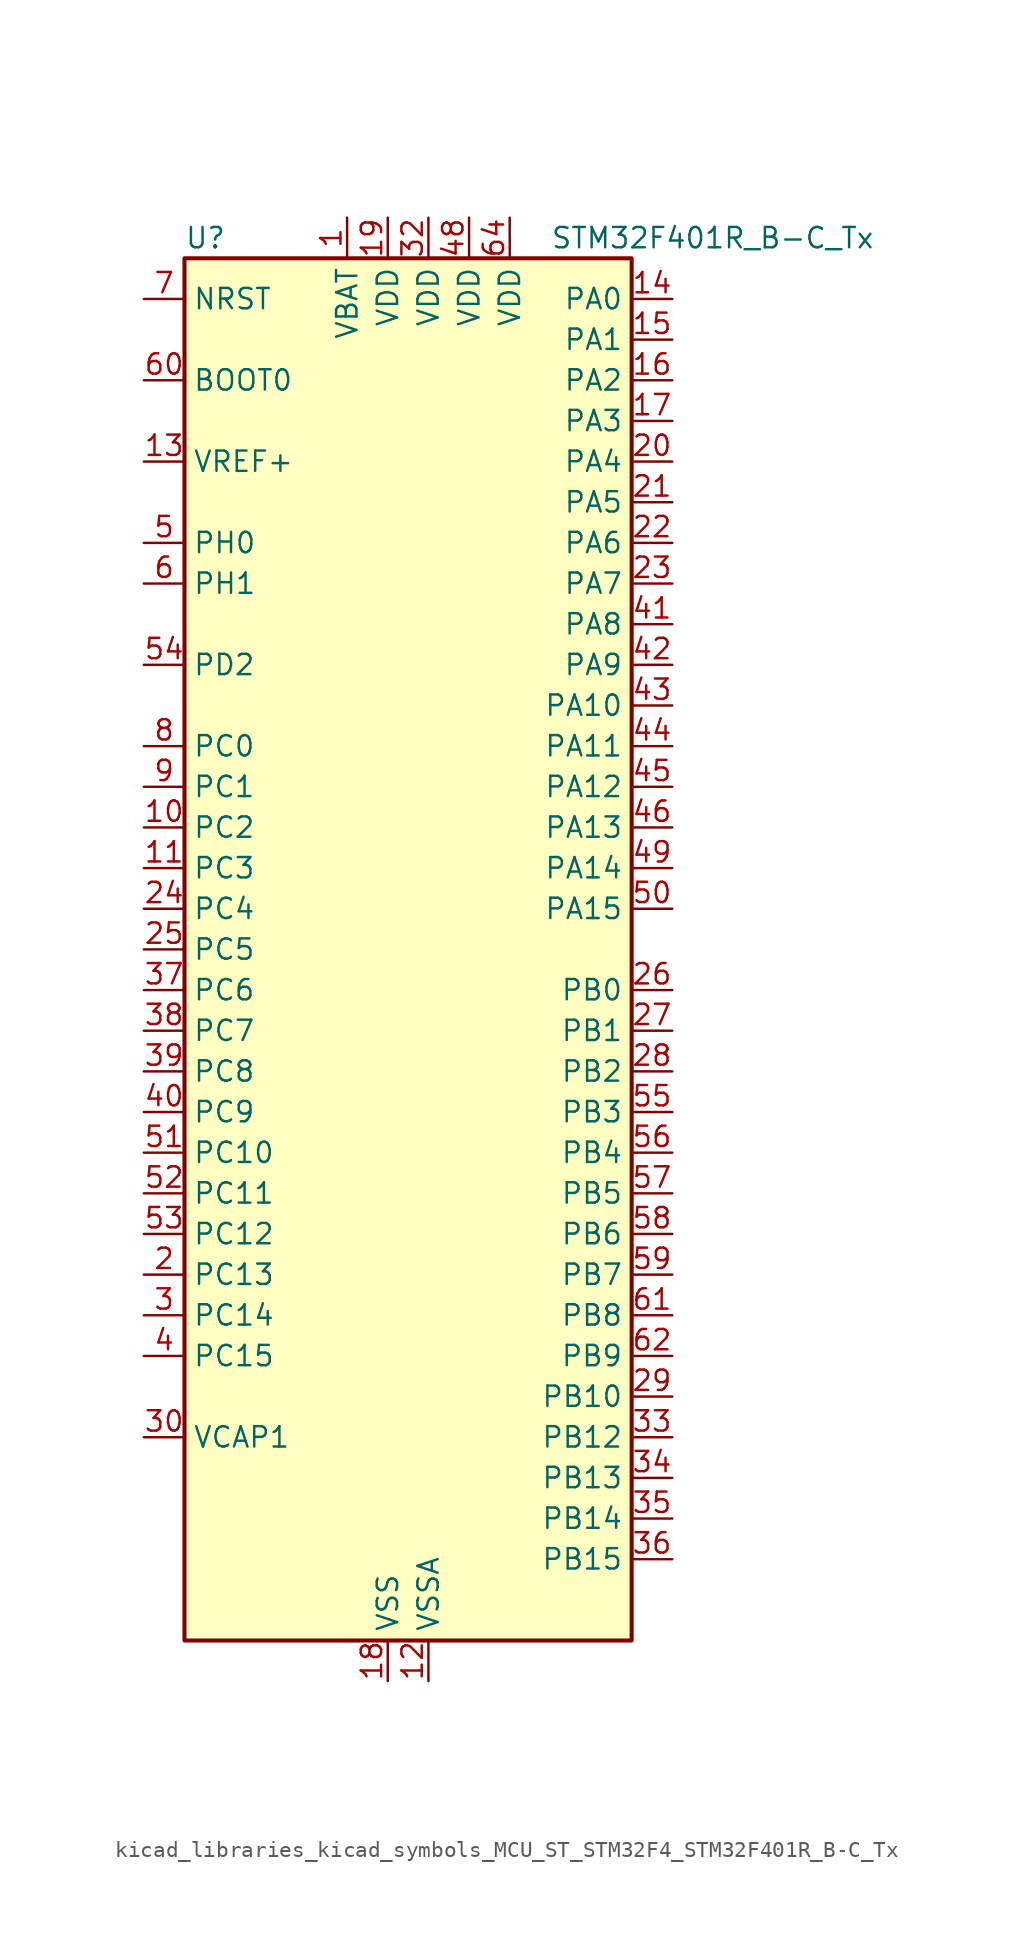
<source format=kicad_sym>
(kicad_symbol_lib
  (version 20220914)
  (generator kicad_symbol_editor)
  (symbol "kicad_libraries_kicad_symbols_MCU_ST_STM32F4_STM32F401R_B-C_Tx"
    (property "Reference" "U"
      (at -12.7 44.45 0)
      (effects (font (size 1.27 1.27)) (justify left)))
    (property "Value" "STM32F401R_B-C_Tx"
      (at 10.16 44.45 0)
      (effects (font (size 1.27 1.27)) (justify left)))
    (property "ki_locked" ""
      (at 0 0 0)
      (effects (font (size 1.27 1.27))))
    (symbol "kicad_libraries_kicad_symbols_MCU_ST_STM32F4_STM32F401R_B-C_Tx_0_1"
      (rectangle (start -12.7 -43.18) (end 15.24 43.18) (stroke (width 0.254) (type default)) (fill (type background))))
    (symbol "kicad_libraries_kicad_symbols_MCU_ST_STM32F4_STM32F401R_B-C_Tx_1_1"
      (pin power_in line (at -2.54 45.72 270) (length 2.54) (name "VBAT" (effects (font (size 1.27 1.27)))) (number "1" (effects (font (size 1.27 1.27)))))
      (pin bidirectional line (at -15.24 7.62 0) (length 2.54) (name "PC2" (effects (font (size 1.27 1.27)))) (number "10" (effects (font (size 1.27 1.27)))) (alternate "ADC1_IN12" bidirectional line) (alternate "I2S2_ext_SD" bidirectional line) (alternate "SPI2_MISO" bidirectional line))
      (pin bidirectional line (at -15.24 5.08 0) (length 2.54) (name "PC3" (effects (font (size 1.27 1.27)))) (number "11" (effects (font (size 1.27 1.27)))) (alternate "ADC1_IN13" bidirectional line) (alternate "I2S2_SD" bidirectional line) (alternate "SPI2_MOSI" bidirectional line))
      (pin power_in line (at 2.54 -45.72 90) (length 2.54) (name "VSSA" (effects (font (size 1.27 1.27)))) (number "12" (effects (font (size 1.27 1.27)))))
      (pin input line (at -15.24 30.48 0) (length 2.54) (name "VREF+" (effects (font (size 1.27 1.27)))) (number "13" (effects (font (size 1.27 1.27)))))
      (pin bidirectional line (at 17.78 40.64 180) (length 2.54) (name "PA0" (effects (font (size 1.27 1.27)))) (number "14" (effects (font (size 1.27 1.27)))) (alternate "ADC1_IN0" bidirectional line) (alternate "SYS_WKUP" bidirectional line) (alternate "TIM2_CH1" bidirectional line) (alternate "TIM2_ETR" bidirectional line) (alternate "TIM5_CH1" bidirectional line) (alternate "USART2_CTS" bidirectional line))
      (pin bidirectional line (at 17.78 38.1 180) (length 2.54) (name "PA1" (effects (font (size 1.27 1.27)))) (number "15" (effects (font (size 1.27 1.27)))) (alternate "ADC1_IN1" bidirectional line) (alternate "TIM2_CH2" bidirectional line) (alternate "TIM5_CH2" bidirectional line) (alternate "USART2_RTS" bidirectional line))
      (pin bidirectional line (at 17.78 35.56 180) (length 2.54) (name "PA2" (effects (font (size 1.27 1.27)))) (number "16" (effects (font (size 1.27 1.27)))) (alternate "ADC1_IN2" bidirectional line) (alternate "TIM2_CH3" bidirectional line) (alternate "TIM5_CH3" bidirectional line) (alternate "TIM9_CH1" bidirectional line) (alternate "USART2_TX" bidirectional line))
      (pin bidirectional line (at 17.78 33.02 180) (length 2.54) (name "PA3" (effects (font (size 1.27 1.27)))) (number "17" (effects (font (size 1.27 1.27)))) (alternate "ADC1_IN3" bidirectional line) (alternate "TIM2_CH4" bidirectional line) (alternate "TIM5_CH4" bidirectional line) (alternate "TIM9_CH2" bidirectional line) (alternate "USART2_RX" bidirectional line))
      (pin power_in line (at 0 -45.72 90) (length 2.54) (name "VSS" (effects (font (size 1.27 1.27)))) (number "18" (effects (font (size 1.27 1.27)))))
      (pin power_in line (at 0 45.72 270) (length 2.54) (name "VDD" (effects (font (size 1.27 1.27)))) (number "19" (effects (font (size 1.27 1.27)))))
      (pin bidirectional line (at -15.24 -20.32 0) (length 2.54) (name "PC13" (effects (font (size 1.27 1.27)))) (number "2" (effects (font (size 1.27 1.27)))) (alternate "RTC_AF1" bidirectional line))
      (pin bidirectional line (at 17.78 30.48 180) (length 2.54) (name "PA4" (effects (font (size 1.27 1.27)))) (number "20" (effects (font (size 1.27 1.27)))) (alternate "ADC1_IN4" bidirectional line) (alternate "I2S3_WS" bidirectional line) (alternate "SPI1_NSS" bidirectional line) (alternate "SPI3_NSS" bidirectional line) (alternate "USART2_CK" bidirectional line))
      (pin bidirectional line (at 17.78 27.94 180) (length 2.54) (name "PA5" (effects (font (size 1.27 1.27)))) (number "21" (effects (font (size 1.27 1.27)))) (alternate "ADC1_IN5" bidirectional line) (alternate "SPI1_SCK" bidirectional line) (alternate "TIM2_CH1" bidirectional line) (alternate "TIM2_ETR" bidirectional line))
      (pin bidirectional line (at 17.78 25.4 180) (length 2.54) (name "PA6" (effects (font (size 1.27 1.27)))) (number "22" (effects (font (size 1.27 1.27)))) (alternate "ADC1_IN6" bidirectional line) (alternate "SPI1_MISO" bidirectional line) (alternate "TIM1_BKIN" bidirectional line) (alternate "TIM3_CH1" bidirectional line))
      (pin bidirectional line (at 17.78 22.86 180) (length 2.54) (name "PA7" (effects (font (size 1.27 1.27)))) (number "23" (effects (font (size 1.27 1.27)))) (alternate "ADC1_IN7" bidirectional line) (alternate "SPI1_MOSI" bidirectional line) (alternate "TIM1_CH1N" bidirectional line) (alternate "TIM3_CH2" bidirectional line))
      (pin bidirectional line (at -15.24 2.54 0) (length 2.54) (name "PC4" (effects (font (size 1.27 1.27)))) (number "24" (effects (font (size 1.27 1.27)))) (alternate "ADC1_IN14" bidirectional line))
      (pin bidirectional line (at -15.24 0 0) (length 2.54) (name "PC5" (effects (font (size 1.27 1.27)))) (number "25" (effects (font (size 1.27 1.27)))) (alternate "ADC1_IN15" bidirectional line))
      (pin bidirectional line (at 17.78 -2.54 180) (length 2.54) (name "PB0" (effects (font (size 1.27 1.27)))) (number "26" (effects (font (size 1.27 1.27)))) (alternate "ADC1_IN8" bidirectional line) (alternate "TIM1_CH2N" bidirectional line) (alternate "TIM3_CH3" bidirectional line))
      (pin bidirectional line (at 17.78 -5.08 180) (length 2.54) (name "PB1" (effects (font (size 1.27 1.27)))) (number "27" (effects (font (size 1.27 1.27)))) (alternate "ADC1_IN9" bidirectional line) (alternate "TIM1_CH3N" bidirectional line) (alternate "TIM3_CH4" bidirectional line))
      (pin bidirectional line (at 17.78 -7.62 180) (length 2.54) (name "PB2" (effects (font (size 1.27 1.27)))) (number "28" (effects (font (size 1.27 1.27)))))
      (pin bidirectional line (at 17.78 -27.94 180) (length 2.54) (name "PB10" (effects (font (size 1.27 1.27)))) (number "29" (effects (font (size 1.27 1.27)))) (alternate "I2C2_SCL" bidirectional line) (alternate "I2S2_CK" bidirectional line) (alternate "SPI2_SCK" bidirectional line) (alternate "TIM2_CH3" bidirectional line))
      (pin bidirectional line (at -15.24 -22.86 0) (length 2.54) (name "PC14" (effects (font (size 1.27 1.27)))) (number "3" (effects (font (size 1.27 1.27)))) (alternate "RCC_OSC32_IN" bidirectional line))
      (pin power_out line (at -15.24 -30.48 0) (length 2.54) (name "VCAP1" (effects (font (size 1.27 1.27)))) (number "30" (effects (font (size 1.27 1.27)))))
      (pin passive line (at 0 -45.72 90) (length 2.54) hide (name "VSS" (effects (font (size 1.27 1.27)))) (number "31" (effects (font (size 1.27 1.27)))))
      (pin power_in line (at 2.54 45.72 270) (length 2.54) (name "VDD" (effects (font (size 1.27 1.27)))) (number "32" (effects (font (size 1.27 1.27)))))
      (pin bidirectional line (at 17.78 -30.48 180) (length 2.54) (name "PB12" (effects (font (size 1.27 1.27)))) (number "33" (effects (font (size 1.27 1.27)))) (alternate "I2C2_SMBA" bidirectional line) (alternate "I2S2_WS" bidirectional line) (alternate "SPI2_NSS" bidirectional line) (alternate "TIM1_BKIN" bidirectional line))
      (pin bidirectional line (at 17.78 -33.02 180) (length 2.54) (name "PB13" (effects (font (size 1.27 1.27)))) (number "34" (effects (font (size 1.27 1.27)))) (alternate "I2S2_CK" bidirectional line) (alternate "SPI2_SCK" bidirectional line) (alternate "TIM1_CH1N" bidirectional line))
      (pin bidirectional line (at 17.78 -35.56 180) (length 2.54) (name "PB14" (effects (font (size 1.27 1.27)))) (number "35" (effects (font (size 1.27 1.27)))) (alternate "I2S2_ext_SD" bidirectional line) (alternate "SPI2_MISO" bidirectional line) (alternate "TIM1_CH2N" bidirectional line))
      (pin bidirectional line (at 17.78 -38.1 180) (length 2.54) (name "PB15" (effects (font (size 1.27 1.27)))) (number "36" (effects (font (size 1.27 1.27)))) (alternate "ADC1_EXTI15" bidirectional line) (alternate "I2S2_SD" bidirectional line) (alternate "RTC_REFIN" bidirectional line) (alternate "SPI2_MOSI" bidirectional line) (alternate "TIM1_CH3N" bidirectional line))
      (pin bidirectional line (at -15.24 -2.54 0) (length 2.54) (name "PC6" (effects (font (size 1.27 1.27)))) (number "37" (effects (font (size 1.27 1.27)))) (alternate "I2S2_MCK" bidirectional line) (alternate "SDIO_D6" bidirectional line) (alternate "TIM3_CH1" bidirectional line) (alternate "USART6_TX" bidirectional line))
      (pin bidirectional line (at -15.24 -5.08 0) (length 2.54) (name "PC7" (effects (font (size 1.27 1.27)))) (number "38" (effects (font (size 1.27 1.27)))) (alternate "I2S3_MCK" bidirectional line) (alternate "SDIO_D7" bidirectional line) (alternate "TIM3_CH2" bidirectional line) (alternate "USART6_RX" bidirectional line))
      (pin bidirectional line (at -15.24 -7.62 0) (length 2.54) (name "PC8" (effects (font (size 1.27 1.27)))) (number "39" (effects (font (size 1.27 1.27)))) (alternate "SDIO_D0" bidirectional line) (alternate "TIM3_CH3" bidirectional line) (alternate "USART6_CK" bidirectional line))
      (pin bidirectional line (at -15.24 -25.4 0) (length 2.54) (name "PC15" (effects (font (size 1.27 1.27)))) (number "4" (effects (font (size 1.27 1.27)))) (alternate "ADC1_EXTI15" bidirectional line) (alternate "RCC_OSC32_OUT" bidirectional line))
      (pin bidirectional line (at -15.24 -10.16 0) (length 2.54) (name "PC9" (effects (font (size 1.27 1.27)))) (number "40" (effects (font (size 1.27 1.27)))) (alternate "I2C3_SDA" bidirectional line) (alternate "I2S_CKIN" bidirectional line) (alternate "RCC_MCO_2" bidirectional line) (alternate "SDIO_D1" bidirectional line) (alternate "TIM3_CH4" bidirectional line))
      (pin bidirectional line (at 17.78 20.32 180) (length 2.54) (name "PA8" (effects (font (size 1.27 1.27)))) (number "41" (effects (font (size 1.27 1.27)))) (alternate "I2C3_SCL" bidirectional line) (alternate "RCC_MCO_1" bidirectional line) (alternate "TIM1_CH1" bidirectional line) (alternate "USART1_CK" bidirectional line) (alternate "USB_OTG_FS_SOF" bidirectional line))
      (pin bidirectional line (at 17.78 17.78 180) (length 2.54) (name "PA9" (effects (font (size 1.27 1.27)))) (number "42" (effects (font (size 1.27 1.27)))) (alternate "I2C3_SMBA" bidirectional line) (alternate "TIM1_CH2" bidirectional line) (alternate "USART1_TX" bidirectional line) (alternate "USB_OTG_FS_VBUS" bidirectional line))
      (pin bidirectional line (at 17.78 15.24 180) (length 2.54) (name "PA10" (effects (font (size 1.27 1.27)))) (number "43" (effects (font (size 1.27 1.27)))) (alternate "TIM1_CH3" bidirectional line) (alternate "USART1_RX" bidirectional line) (alternate "USB_OTG_FS_ID" bidirectional line))
      (pin bidirectional line (at 17.78 12.7 180) (length 2.54) (name "PA11" (effects (font (size 1.27 1.27)))) (number "44" (effects (font (size 1.27 1.27)))) (alternate "ADC1_EXTI11" bidirectional line) (alternate "TIM1_CH4" bidirectional line) (alternate "USART1_CTS" bidirectional line) (alternate "USART6_TX" bidirectional line) (alternate "USB_OTG_FS_DM" bidirectional line))
      (pin bidirectional line (at 17.78 10.16 180) (length 2.54) (name "PA12" (effects (font (size 1.27 1.27)))) (number "45" (effects (font (size 1.27 1.27)))) (alternate "TIM1_ETR" bidirectional line) (alternate "USART1_RTS" bidirectional line) (alternate "USART6_RX" bidirectional line) (alternate "USB_OTG_FS_DP" bidirectional line))
      (pin bidirectional line (at 17.78 7.62 180) (length 2.54) (name "PA13" (effects (font (size 1.27 1.27)))) (number "46" (effects (font (size 1.27 1.27)))) (alternate "SYS_JTMS-SWDIO" bidirectional line))
      (pin passive line (at 0 -45.72 90) (length 2.54) hide (name "VSS" (effects (font (size 1.27 1.27)))) (number "47" (effects (font (size 1.27 1.27)))))
      (pin power_in line (at 5.08 45.72 270) (length 2.54) (name "VDD" (effects (font (size 1.27 1.27)))) (number "48" (effects (font (size 1.27 1.27)))))
      (pin bidirectional line (at 17.78 5.08 180) (length 2.54) (name "PA14" (effects (font (size 1.27 1.27)))) (number "49" (effects (font (size 1.27 1.27)))) (alternate "SYS_JTCK-SWCLK" bidirectional line))
      (pin bidirectional line (at -15.24 25.4 0) (length 2.54) (name "PH0" (effects (font (size 1.27 1.27)))) (number "5" (effects (font (size 1.27 1.27)))) (alternate "RCC_OSC_IN" bidirectional line))
      (pin bidirectional line (at 17.78 2.54 180) (length 2.54) (name "PA15" (effects (font (size 1.27 1.27)))) (number "50" (effects (font (size 1.27 1.27)))) (alternate "ADC1_EXTI15" bidirectional line) (alternate "I2S3_WS" bidirectional line) (alternate "SPI1_NSS" bidirectional line) (alternate "SPI3_NSS" bidirectional line) (alternate "SYS_JTDI" bidirectional line) (alternate "TIM2_CH1" bidirectional line) (alternate "TIM2_ETR" bidirectional line))
      (pin bidirectional line (at -15.24 -12.7 0) (length 2.54) (name "PC10" (effects (font (size 1.27 1.27)))) (number "51" (effects (font (size 1.27 1.27)))) (alternate "I2S3_CK" bidirectional line) (alternate "SDIO_D2" bidirectional line) (alternate "SPI3_SCK" bidirectional line))
      (pin bidirectional line (at -15.24 -15.24 0) (length 2.54) (name "PC11" (effects (font (size 1.27 1.27)))) (number "52" (effects (font (size 1.27 1.27)))) (alternate "ADC1_EXTI11" bidirectional line) (alternate "I2S3_ext_SD" bidirectional line) (alternate "SDIO_D3" bidirectional line) (alternate "SPI3_MISO" bidirectional line))
      (pin bidirectional line (at -15.24 -17.78 0) (length 2.54) (name "PC12" (effects (font (size 1.27 1.27)))) (number "53" (effects (font (size 1.27 1.27)))) (alternate "I2S3_SD" bidirectional line) (alternate "SDIO_CK" bidirectional line) (alternate "SPI3_MOSI" bidirectional line))
      (pin bidirectional line (at -15.24 17.78 0) (length 2.54) (name "PD2" (effects (font (size 1.27 1.27)))) (number "54" (effects (font (size 1.27 1.27)))) (alternate "SDIO_CMD" bidirectional line) (alternate "TIM3_ETR" bidirectional line))
      (pin bidirectional line (at 17.78 -10.16 180) (length 2.54) (name "PB3" (effects (font (size 1.27 1.27)))) (number "55" (effects (font (size 1.27 1.27)))) (alternate "I2C2_SDA" bidirectional line) (alternate "I2S3_CK" bidirectional line) (alternate "SPI1_SCK" bidirectional line) (alternate "SPI3_SCK" bidirectional line) (alternate "SYS_JTDO-SWO" bidirectional line) (alternate "TIM2_CH2" bidirectional line))
      (pin bidirectional line (at 17.78 -12.7 180) (length 2.54) (name "PB4" (effects (font (size 1.27 1.27)))) (number "56" (effects (font (size 1.27 1.27)))) (alternate "I2C3_SDA" bidirectional line) (alternate "I2S3_ext_SD" bidirectional line) (alternate "SPI1_MISO" bidirectional line) (alternate "SPI3_MISO" bidirectional line) (alternate "SYS_JTRST" bidirectional line) (alternate "TIM3_CH1" bidirectional line))
      (pin bidirectional line (at 17.78 -15.24 180) (length 2.54) (name "PB5" (effects (font (size 1.27 1.27)))) (number "57" (effects (font (size 1.27 1.27)))) (alternate "I2C1_SMBA" bidirectional line) (alternate "I2S3_SD" bidirectional line) (alternate "SPI1_MOSI" bidirectional line) (alternate "SPI3_MOSI" bidirectional line) (alternate "TIM3_CH2" bidirectional line))
      (pin bidirectional line (at 17.78 -17.78 180) (length 2.54) (name "PB6" (effects (font (size 1.27 1.27)))) (number "58" (effects (font (size 1.27 1.27)))) (alternate "I2C1_SCL" bidirectional line) (alternate "TIM4_CH1" bidirectional line) (alternate "USART1_TX" bidirectional line))
      (pin bidirectional line (at 17.78 -20.32 180) (length 2.54) (name "PB7" (effects (font (size 1.27 1.27)))) (number "59" (effects (font (size 1.27 1.27)))) (alternate "I2C1_SDA" bidirectional line) (alternate "TIM4_CH2" bidirectional line) (alternate "USART1_RX" bidirectional line))
      (pin bidirectional line (at -15.24 22.86 0) (length 2.54) (name "PH1" (effects (font (size 1.27 1.27)))) (number "6" (effects (font (size 1.27 1.27)))) (alternate "RCC_OSC_OUT" bidirectional line))
      (pin input line (at -15.24 35.56 0) (length 2.54) (name "BOOT0" (effects (font (size 1.27 1.27)))) (number "60" (effects (font (size 1.27 1.27)))))
      (pin bidirectional line (at 17.78 -22.86 180) (length 2.54) (name "PB8" (effects (font (size 1.27 1.27)))) (number "61" (effects (font (size 1.27 1.27)))) (alternate "I2C1_SCL" bidirectional line) (alternate "SDIO_D4" bidirectional line) (alternate "TIM10_CH1" bidirectional line) (alternate "TIM4_CH3" bidirectional line))
      (pin bidirectional line (at 17.78 -25.4 180) (length 2.54) (name "PB9" (effects (font (size 1.27 1.27)))) (number "62" (effects (font (size 1.27 1.27)))) (alternate "I2C1_SDA" bidirectional line) (alternate "I2S2_WS" bidirectional line) (alternate "SDIO_D5" bidirectional line) (alternate "SPI2_NSS" bidirectional line) (alternate "TIM11_CH1" bidirectional line) (alternate "TIM4_CH4" bidirectional line))
      (pin passive line (at 0 -45.72 90) (length 2.54) hide (name "VSS" (effects (font (size 1.27 1.27)))) (number "63" (effects (font (size 1.27 1.27)))))
      (pin power_in line (at 7.62 45.72 270) (length 2.54) (name "VDD" (effects (font (size 1.27 1.27)))) (number "64" (effects (font (size 1.27 1.27)))))
      (pin input line (at -15.24 40.64 0) (length 2.54) (name "NRST" (effects (font (size 1.27 1.27)))) (number "7" (effects (font (size 1.27 1.27)))))
      (pin bidirectional line (at -15.24 12.7 0) (length 2.54) (name "PC0" (effects (font (size 1.27 1.27)))) (number "8" (effects (font (size 1.27 1.27)))) (alternate "ADC1_IN10" bidirectional line))
      (pin bidirectional line (at -15.24 10.16 0) (length 2.54) (name "PC1" (effects (font (size 1.27 1.27)))) (number "9" (effects (font (size 1.27 1.27)))) (alternate "ADC1_IN11" bidirectional line)))))
</source>
